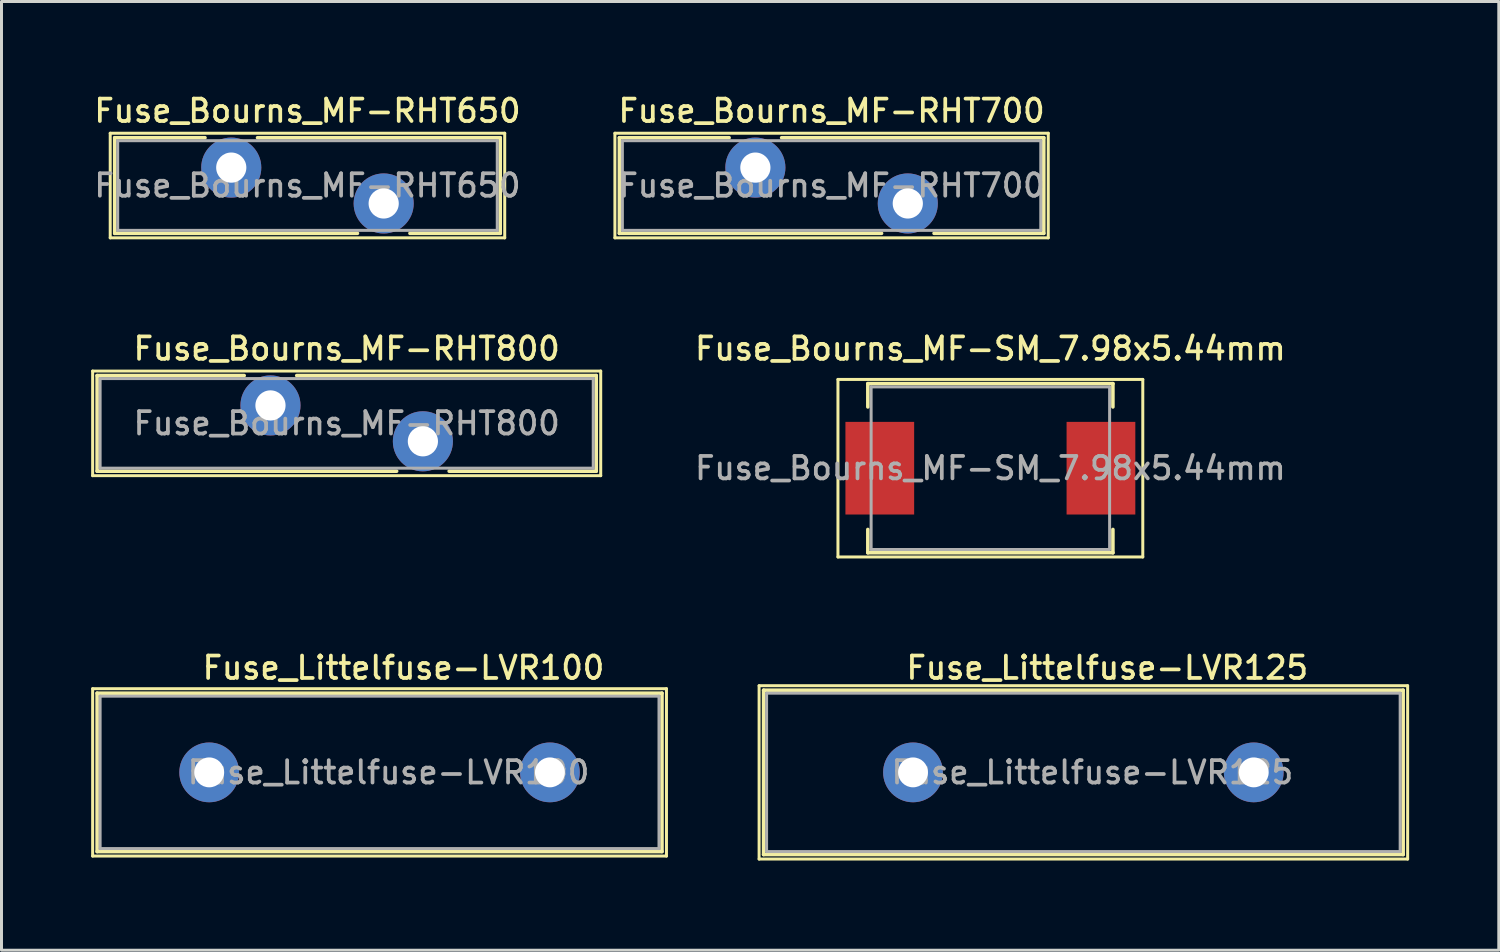
<source format=kicad_pcb>
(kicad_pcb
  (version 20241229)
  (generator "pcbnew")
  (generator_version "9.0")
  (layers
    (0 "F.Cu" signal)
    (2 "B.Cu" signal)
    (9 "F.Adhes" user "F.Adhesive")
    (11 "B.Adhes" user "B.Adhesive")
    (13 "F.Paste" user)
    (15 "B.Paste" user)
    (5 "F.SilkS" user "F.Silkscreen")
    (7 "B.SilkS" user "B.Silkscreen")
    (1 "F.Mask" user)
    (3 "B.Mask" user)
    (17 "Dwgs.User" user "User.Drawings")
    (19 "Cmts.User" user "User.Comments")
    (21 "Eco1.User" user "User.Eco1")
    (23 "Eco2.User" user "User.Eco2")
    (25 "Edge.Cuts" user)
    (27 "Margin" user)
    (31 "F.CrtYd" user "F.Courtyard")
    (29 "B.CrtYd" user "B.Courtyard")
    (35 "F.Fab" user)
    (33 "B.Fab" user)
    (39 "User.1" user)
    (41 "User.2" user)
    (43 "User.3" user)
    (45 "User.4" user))
  (footprint "Fuse_Littelfuse-LVR125"
    (layer "F.Cu")
    (at 27.5 22.794)
    (property "Reference" "Fuse_Littelfuse-LVR125" (at 6.5 -3.5 0) (layer "F.SilkS") (effects (font (size 0.75 0.75) (thickness 0.125))))
    (attr through_hole)
    (fp_line (start -5.15 -2.9) (end -5.15 2.9) (stroke (width 0.1) (type solid)) (layer "F.SilkS"))
    (fp_line (start -5.15 -2.9) (end 16.55 -2.9) (stroke (width 0.1) (type solid)) (layer "F.SilkS"))
    (fp_line (start -5 -2.75) (end -5 2.75) (stroke (width 0.12) (type solid)) (layer "F.SilkS"))
    (fp_line (start -5 -2.75) (end 16.4 -2.75) (stroke (width 0.12) (type solid)) (layer "F.SilkS"))
    (fp_line (start 16.4 2.75) (end -5 2.75) (stroke (width 0.12) (type solid)) (layer "F.SilkS"))
    (fp_line (start 16.4 2.75) (end 16.4 -2.75) (stroke (width 0.12) (type solid)) (layer "F.SilkS"))
    (fp_line (start 16.55 2.9) (end -5.15 2.9) (stroke (width 0.1) (type solid)) (layer "F.SilkS"))
    (fp_line (start 16.55 2.9) (end 16.55 -2.9) (stroke (width 0.1) (type solid)) (layer "F.SilkS"))
    (fp_line (start -4.9 -2.65) (end -4.9 2.65) (stroke (width 0.1) (type solid)) (layer "F.Fab"))
    (fp_line (start -4.9 2.65) (end 16.3 2.65) (stroke (width 0.1) (type solid)) (layer "F.Fab"))
    (fp_line (start 16.3 -2.65) (end -4.9 -2.65) (stroke (width 0.1) (type solid)) (layer "F.Fab"))
    (fp_line (start 16.3 2.65) (end 16.3 -2.65) (stroke (width 0.1) (type solid)) (layer "F.Fab"))
    (fp_text user "${REFERENCE}" (at 6 0 0) (layer "F.Fab") (effects (font (size 0.75 0.75) (thickness 0.125))))
    (pad "1" thru_hole circle (at 0 0) (size 2 2) (drill 1) (layers "*.Cu" "*.Mask"))
    (pad "2" thru_hole circle (at 11.4 0) (size 2 2) (drill 1) (layers "*.Cu" "*.Mask")))
  (footprint "Fuse_Bourns_MF-SM_7.98x5.44mm"
    (layer "F.Cu")
    (at 30.088 12.616)
    (property "Reference" "Fuse_Bourns_MF-SM_7.98x5.44mm" (at 0 -4 0) (layer "F.SilkS") (effects (font (size 0.75 0.75) (thickness 0.125))))
    (attr smd)
    (fp_line (start -5.1 -2.97) (end 5.1 -2.97) (stroke (width 0.1) (type solid)) (layer "F.SilkS"))
    (fp_line (start -5.1 2.97) (end -5.1 -2.97) (stroke (width 0.1) (type solid)) (layer "F.SilkS"))
    (fp_line (start -4.1 -2.83) (end -4.1 -2.05) (stroke (width 0.12) (type solid)) (layer "F.SilkS"))
    (fp_line (start -4.1 -2.83) (end 4.1 -2.83) (stroke (width 0.12) (type solid)) (layer "F.SilkS"))
    (fp_line (start -4.1 2.83) (end -4.1 2.05) (stroke (width 0.12) (type solid)) (layer "F.SilkS"))
    (fp_line (start -4.1 2.83) (end 4.1 2.83) (stroke (width 0.12) (type solid)) (layer "F.SilkS"))
    (fp_line (start 4.1 -2.83) (end 4.1 -2.05) (stroke (width 0.12) (type solid)) (layer "F.SilkS"))
    (fp_line (start 4.1 2.83) (end 4.1 2.05) (stroke (width 0.12) (type solid)) (layer "F.SilkS"))
    (fp_line (start 5.1 -2.97) (end 5.1 2.97) (stroke (width 0.1) (type solid)) (layer "F.SilkS"))
    (fp_line (start 5.1 2.97) (end -5.1 2.97) (stroke (width 0.1) (type solid)) (layer "F.SilkS"))
    (fp_line (start -3.99 -2.72) (end 3.99 -2.72) (stroke (width 0.1) (type solid)) (layer "F.Fab"))
    (fp_line (start -3.99 2.72) (end -3.99 -2.72) (stroke (width 0.1) (type solid)) (layer "F.Fab"))
    (fp_line (start 3.99 -2.72) (end 3.99 2.72) (stroke (width 0.1) (type solid)) (layer "F.Fab"))
    (fp_line (start 3.99 2.72) (end -3.99 2.72) (stroke (width 0.1) (type solid)) (layer "F.Fab"))
    (fp_text user "${REFERENCE}" (at 0 0 0) (layer "F.Fab") (effects (font (size 0.75 0.75) (thickness 0.125))))
    (pad "1" smd rect (at -3.7 0) (size 2.3 3.1) (layers "F.Cu" "F.Mask" "F.Paste"))
    (pad "2" smd rect (at 3.7 0) (size 2.3 3.1) (layers "F.Cu" "F.Mask" "F.Paste")))
  (footprint "Fuse_Bourns_MF-RHT650"
    (layer "F.Cu")
    (at 4.688 2.558)
    (property "Reference" "Fuse_Bourns_MF-RHT650" (at 2.55 -1.9 0) (layer "F.SilkS") (effects (font (size 0.75 0.75) (thickness 0.125))))
    (attr through_hole)
    (fp_line (start -4.05 -1.15) (end -4.05 2.35) (stroke (width 0.1) (type solid)) (layer "F.SilkS"))
    (fp_line (start -4.05 2.35) (end 9.15 2.35) (stroke (width 0.1) (type solid)) (layer "F.SilkS"))
    (fp_line (start -3.9 -1) (end -3.9 2.2) (stroke (width 0.12) (type solid)) (layer "F.SilkS"))
    (fp_line (start -3.9 -1) (end -0.879 -1) (stroke (width 0.12) (type solid)) (layer "F.SilkS"))
    (fp_line (start -3.9 2.2) (end 4.222 2.2) (stroke (width 0.12) (type solid)) (layer "F.SilkS"))
    (fp_line (start 0.879 -1) (end 9 -1) (stroke (width 0.12) (type solid)) (layer "F.SilkS"))
    (fp_line (start 5.979 2.2) (end 9 2.2) (stroke (width 0.12) (type solid)) (layer "F.SilkS"))
    (fp_line (start 9 -1) (end 9 2.2) (stroke (width 0.12) (type solid)) (layer "F.SilkS"))
    (fp_line (start 9.15 -1.15) (end -4.05 -1.15) (stroke (width 0.1) (type solid)) (layer "F.SilkS"))
    (fp_line (start 9.15 2.35) (end 9.15 -1.15) (stroke (width 0.1) (type solid)) (layer "F.SilkS"))
    (fp_line (start -3.8 -0.9) (end -3.8 2.1) (stroke (width 0.1) (type solid)) (layer "F.Fab"))
    (fp_line (start -3.8 2.1) (end 8.9 2.1) (stroke (width 0.1) (type solid)) (layer "F.Fab"))
    (fp_line (start 8.9 -0.9) (end -3.8 -0.9) (stroke (width 0.1) (type solid)) (layer "F.Fab"))
    (fp_line (start 8.9 2.1) (end 8.9 -0.9) (stroke (width 0.1) (type solid)) (layer "F.Fab"))
    (fp_text user "${REFERENCE}" (at 2.55 0.6 0) (layer "F.Fab") (effects (font (size 0.75 0.75) (thickness 0.125))))
    (pad "1" thru_hole circle (at 0 0) (size 2.01 2.01) (drill 1.01) (layers "*.Cu" "*.Mask"))
    (pad "2" thru_hole circle (at 5.1 1.2) (size 2.01 2.01) (drill 1.01) (layers "*.Cu" "*.Mask")))
  (footprint "Fuse_Bourns_MF-RHT800"
    (layer "F.Cu")
    (at 6 10.516)
    (property "Reference" "Fuse_Bourns_MF-RHT800" (at 2.55 -1.9 0) (layer "F.SilkS") (effects (font (size 0.75 0.75) (thickness 0.125))))
    (attr through_hole)
    (fp_line (start -5.95 -1.15) (end -5.95 2.35) (stroke (width 0.1) (type solid)) (layer "F.SilkS"))
    (fp_line (start -5.95 2.35) (end 11.05 2.35) (stroke (width 0.1) (type solid)) (layer "F.SilkS"))
    (fp_line (start -5.8 -1) (end -5.8 2.2) (stroke (width 0.12) (type solid)) (layer "F.SilkS"))
    (fp_line (start -5.8 -1) (end -0.879 -1) (stroke (width 0.12) (type solid)) (layer "F.SilkS"))
    (fp_line (start -5.8 2.2) (end 4.222 2.2) (stroke (width 0.12) (type solid)) (layer "F.SilkS"))
    (fp_line (start 0.879 -1) (end 10.9 -1) (stroke (width 0.12) (type solid)) (layer "F.SilkS"))
    (fp_line (start 5.979 2.2) (end 10.9 2.2) (stroke (width 0.12) (type solid)) (layer "F.SilkS"))
    (fp_line (start 10.9 -1) (end 10.9 2.2) (stroke (width 0.12) (type solid)) (layer "F.SilkS"))
    (fp_line (start 11.05 -1.15) (end -5.95 -1.15) (stroke (width 0.1) (type solid)) (layer "F.SilkS"))
    (fp_line (start 11.05 2.35) (end 11.05 -1.15) (stroke (width 0.1) (type solid)) (layer "F.SilkS"))
    (fp_line (start -5.7 -0.9) (end -5.7 2.1) (stroke (width 0.1) (type solid)) (layer "F.Fab"))
    (fp_line (start -5.7 2.1) (end 10.8 2.1) (stroke (width 0.1) (type solid)) (layer "F.Fab"))
    (fp_line (start 10.8 -0.9) (end -5.7 -0.9) (stroke (width 0.1) (type solid)) (layer "F.Fab"))
    (fp_line (start 10.8 2.1) (end 10.8 -0.9) (stroke (width 0.1) (type solid)) (layer "F.Fab"))
    (fp_text user "${REFERENCE}" (at 2.55 0.6 0) (layer "F.Fab") (effects (font (size 0.75 0.75) (thickness 0.125))))
    (pad "1" thru_hole circle (at 0 0) (size 2.01 2.01) (drill 1.01) (layers "*.Cu" "*.Mask"))
    (pad "2" thru_hole circle (at 5.1 1.2) (size 2.01 2.01) (drill 1.01) (layers "*.Cu" "*.Mask")))
  (footprint "Fuse_Littelfuse-LVR100"
    (layer "F.Cu")
    (at 3.95 22.794)
    (property "Reference" "Fuse_Littelfuse-LVR100" (at 6.5 -3.5 0) (layer "F.SilkS") (effects (font (size 0.75 0.75) (thickness 0.125))))
    (attr through_hole)
    (fp_line (start -3.9 -2.8) (end -3.9 2.8) (stroke (width 0.1) (type solid)) (layer "F.SilkS"))
    (fp_line (start -3.9 -2.8) (end 15.3 -2.8) (stroke (width 0.1) (type solid)) (layer "F.SilkS"))
    (fp_line (start -3.75 -2.65) (end -3.75 2.65) (stroke (width 0.12) (type solid)) (layer "F.SilkS"))
    (fp_line (start -3.75 -2.65) (end 15.15 -2.65) (stroke (width 0.12) (type solid)) (layer "F.SilkS"))
    (fp_line (start 15.15 2.65) (end -3.75 2.65) (stroke (width 0.12) (type solid)) (layer "F.SilkS"))
    (fp_line (start 15.15 2.65) (end 15.15 -2.65) (stroke (width 0.12) (type solid)) (layer "F.SilkS"))
    (fp_line (start 15.3 2.8) (end -3.9 2.8) (stroke (width 0.1) (type solid)) (layer "F.SilkS"))
    (fp_line (start 15.3 2.8) (end 15.3 -2.8) (stroke (width 0.1) (type solid)) (layer "F.SilkS"))
    (fp_line (start -3.65 -2.55) (end -3.65 2.55) (stroke (width 0.1) (type solid)) (layer "F.Fab"))
    (fp_line (start -3.65 2.55) (end 15.05 2.55) (stroke (width 0.1) (type solid)) (layer "F.Fab"))
    (fp_line (start 15.05 -2.55) (end -3.65 -2.55) (stroke (width 0.1) (type solid)) (layer "F.Fab"))
    (fp_line (start 15.05 2.55) (end 15.05 -2.55) (stroke (width 0.1) (type solid)) (layer "F.Fab"))
    (fp_text user "${REFERENCE}" (at 6 0 0) (layer "F.Fab") (effects (font (size 0.75 0.75) (thickness 0.125))))
    (pad "1" thru_hole circle (at 0 0) (size 2 2) (drill 1) (layers "*.Cu" "*.Mask"))
    (pad "2" thru_hole circle (at 11.4 0) (size 2 2) (drill 1) (layers "*.Cu" "*.Mask")))
  (footprint "Fuse_Bourns_MF-RHT700"
    (layer "F.Cu")
    (at 22.225 2.558)
    (property "Reference" "Fuse_Bourns_MF-RHT700" (at 2.55 -1.9 0) (layer "F.SilkS") (effects (font (size 0.75 0.75) (thickness 0.125))))
    (attr through_hole)
    (fp_line (start -4.7 -1.15) (end -4.7 2.35) (stroke (width 0.1) (type solid)) (layer "F.SilkS"))
    (fp_line (start -4.7 2.35) (end 9.8 2.35) (stroke (width 0.1) (type solid)) (layer "F.SilkS"))
    (fp_line (start -4.55 -1) (end -4.55 2.2) (stroke (width 0.12) (type solid)) (layer "F.SilkS"))
    (fp_line (start -4.55 -1) (end -0.879 -1) (stroke (width 0.12) (type solid)) (layer "F.SilkS"))
    (fp_line (start -4.55 2.2) (end 4.222 2.2) (stroke (width 0.12) (type solid)) (layer "F.SilkS"))
    (fp_line (start 0.879 -1) (end 9.65 -1) (stroke (width 0.12) (type solid)) (layer "F.SilkS"))
    (fp_line (start 5.979 2.2) (end 9.65 2.2) (stroke (width 0.12) (type solid)) (layer "F.SilkS"))
    (fp_line (start 9.65 -1) (end 9.65 2.2) (stroke (width 0.12) (type solid)) (layer "F.SilkS"))
    (fp_line (start 9.8 -1.15) (end -4.7 -1.15) (stroke (width 0.1) (type solid)) (layer "F.SilkS"))
    (fp_line (start 9.8 2.35) (end 9.8 -1.15) (stroke (width 0.1) (type solid)) (layer "F.SilkS"))
    (fp_line (start -4.45 -0.9) (end -4.45 2.1) (stroke (width 0.1) (type solid)) (layer "F.Fab"))
    (fp_line (start -4.45 2.1) (end 9.55 2.1) (stroke (width 0.1) (type solid)) (layer "F.Fab"))
    (fp_line (start 9.55 -0.9) (end -4.45 -0.9) (stroke (width 0.1) (type solid)) (layer "F.Fab"))
    (fp_line (start 9.55 2.1) (end 9.55 -0.9) (stroke (width 0.1) (type solid)) (layer "F.Fab"))
    (fp_text user "${REFERENCE}" (at 2.55 0.6 0) (layer "F.Fab") (effects (font (size 0.75 0.75) (thickness 0.125))))
    (pad "1" thru_hole circle (at 0 0) (size 2.01 2.01) (drill 1.01) (layers "*.Cu" "*.Mask"))
    (pad "2" thru_hole circle (at 5.1 1.2) (size 2.01 2.01) (drill 1.01) (layers "*.Cu" "*.Mask")))
  (gr_rect
    (start -3 -3)
    (end 47.1 28.744)
    (stroke (width 0.1) (type default))
    (fill no)
    (layer "Edge.Cuts")))
</source>
